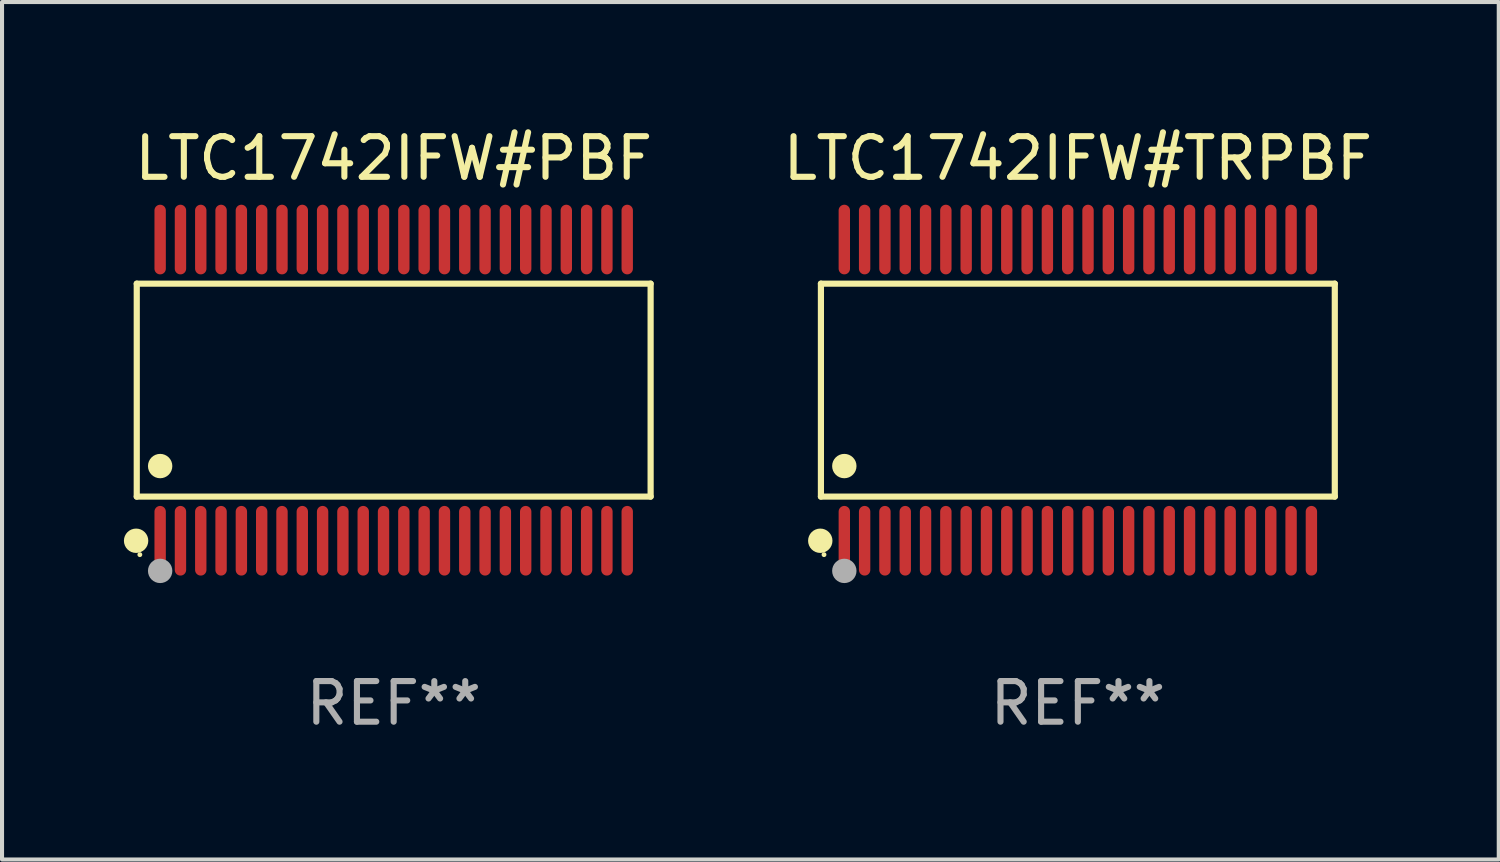
<source format=kicad_pcb>
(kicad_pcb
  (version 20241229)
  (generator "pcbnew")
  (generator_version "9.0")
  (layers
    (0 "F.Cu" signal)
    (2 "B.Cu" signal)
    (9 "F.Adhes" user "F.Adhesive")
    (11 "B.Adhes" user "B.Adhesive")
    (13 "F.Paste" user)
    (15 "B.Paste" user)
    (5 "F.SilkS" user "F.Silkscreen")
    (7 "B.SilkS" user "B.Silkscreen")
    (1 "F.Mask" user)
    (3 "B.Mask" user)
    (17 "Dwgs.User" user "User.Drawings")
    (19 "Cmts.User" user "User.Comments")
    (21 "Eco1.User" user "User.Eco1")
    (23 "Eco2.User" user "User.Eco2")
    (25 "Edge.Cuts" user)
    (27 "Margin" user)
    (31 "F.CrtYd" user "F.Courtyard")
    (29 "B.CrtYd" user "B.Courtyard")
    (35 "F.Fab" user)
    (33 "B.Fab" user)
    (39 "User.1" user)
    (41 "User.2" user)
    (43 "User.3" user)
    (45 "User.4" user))
  (footprint "LTC1742IFW#PBF"
    (layer "F.Cu")
    (at 6.643 6.556)
    (property "Reference" "LTC1742IFW#PBF" (at 0 -5.708 0) (layer "F.SilkS") (effects (font (size 1 1) (thickness 0.15))))
    (attr through_hole)
    (fp_line (start -6.326 -2.622) (end 6.326 -2.622) (stroke (width 0.152) (type solid)) (layer "F.SilkS"))
    (fp_line (start -6.326 2.621) (end -6.326 -2.622) (stroke (width 0.152) (type solid)) (layer "F.SilkS"))
    (fp_line (start 6.326 -2.622) (end 6.326 2.621) (stroke (width 0.152) (type solid)) (layer "F.SilkS"))
    (fp_line (start 6.326 2.621) (end -6.326 2.621) (stroke (width 0.152) (type solid)) (layer "F.SilkS"))
    (fp_circle (center -6.342 3.708) (end -6.192 3.708) (stroke (width 0.3) (type solid)) (fill no) (layer "F.SilkS"))
    (fp_circle (center -6.25 4.05) (end -6.22 4.05) (stroke (width 0.06) (type solid)) (fill no) (layer "F.SilkS"))
    (fp_circle (center -5.75 1.869) (end -5.6 1.869) (stroke (width 0.3) (type solid)) (fill no) (layer "F.SilkS"))
    (fp_circle (center -5.75 4.45) (end -5.6 4.45) (stroke (width 0.3) (type solid)) (fill no) (layer "F.Fab"))
    (fp_text user "REF**" (at 0 7.708 0) (layer "F.Fab") (effects (font (size 1 1) (thickness 0.15))))
    (pad "1" smd oval (at -5.75 3.708) (size 0.28 1.715) (layers "F.Cu" "F.Mask" "F.Paste"))
    (pad "2" smd oval (at -5.25 3.708) (size 0.28 1.715) (layers "F.Cu" "F.Mask" "F.Paste"))
    (pad "3" smd oval (at -4.75 3.708) (size 0.28 1.715) (layers "F.Cu" "F.Mask" "F.Paste"))
    (pad "4" smd oval (at -4.25 3.708) (size 0.28 1.715) (layers "F.Cu" "F.Mask" "F.Paste"))
    (pad "5" smd oval (at -3.75 3.708) (size 0.28 1.715) (layers "F.Cu" "F.Mask" "F.Paste"))
    (pad "6" smd oval (at -3.25 3.708) (size 0.28 1.715) (layers "F.Cu" "F.Mask" "F.Paste"))
    (pad "7" smd oval (at -2.75 3.708) (size 0.28 1.715) (layers "F.Cu" "F.Mask" "F.Paste"))
    (pad "8" smd oval (at -2.25 3.708) (size 0.28 1.715) (layers "F.Cu" "F.Mask" "F.Paste"))
    (pad "9" smd oval (at -1.75 3.708) (size 0.28 1.715) (layers "F.Cu" "F.Mask" "F.Paste"))
    (pad "10" smd oval (at -1.25 3.708) (size 0.28 1.715) (layers "F.Cu" "F.Mask" "F.Paste"))
    (pad "11" smd oval (at -0.75 3.708) (size 0.28 1.715) (layers "F.Cu" "F.Mask" "F.Paste"))
    (pad "12" smd oval (at -0.25 3.708) (size 0.28 1.715) (layers "F.Cu" "F.Mask" "F.Paste"))
    (pad "13" smd oval (at 0.25 3.708) (size 0.28 1.715) (layers "F.Cu" "F.Mask" "F.Paste"))
    (pad "14" smd oval (at 0.75 3.708) (size 0.28 1.715) (layers "F.Cu" "F.Mask" "F.Paste"))
    (pad "15" smd oval (at 1.25 3.708) (size 0.28 1.715) (layers "F.Cu" "F.Mask" "F.Paste"))
    (pad "16" smd oval (at 1.75 3.708) (size 0.28 1.715) (layers "F.Cu" "F.Mask" "F.Paste"))
    (pad "17" smd oval (at 2.25 3.708) (size 0.28 1.715) (layers "F.Cu" "F.Mask" "F.Paste"))
    (pad "18" smd oval (at 2.75 3.708) (size 0.28 1.715) (layers "F.Cu" "F.Mask" "F.Paste"))
    (pad "19" smd oval (at 3.25 3.708) (size 0.28 1.715) (layers "F.Cu" "F.Mask" "F.Paste"))
    (pad "20" smd oval (at 3.75 3.708) (size 0.28 1.715) (layers "F.Cu" "F.Mask" "F.Paste"))
    (pad "21" smd oval (at 4.25 3.708) (size 0.28 1.715) (layers "F.Cu" "F.Mask" "F.Paste"))
    (pad "22" smd oval (at 4.75 3.708) (size 0.28 1.715) (layers "F.Cu" "F.Mask" "F.Paste"))
    (pad "23" smd oval (at 5.25 3.708) (size 0.28 1.715) (layers "F.Cu" "F.Mask" "F.Paste"))
    (pad "24" smd oval (at 5.75 3.708) (size 0.28 1.715) (layers "F.Cu" "F.Mask" "F.Paste"))
    (pad "25" smd oval (at 5.75 -3.708) (size 0.28 1.715) (layers "F.Cu" "F.Mask" "F.Paste"))
    (pad "26" smd oval (at 5.25 -3.708) (size 0.28 1.715) (layers "F.Cu" "F.Mask" "F.Paste"))
    (pad "27" smd oval (at 4.75 -3.708) (size 0.28 1.715) (layers "F.Cu" "F.Mask" "F.Paste"))
    (pad "28" smd oval (at 4.25 -3.708) (size 0.28 1.715) (layers "F.Cu" "F.Mask" "F.Paste"))
    (pad "29" smd oval (at 3.75 -3.708) (size 0.28 1.715) (layers "F.Cu" "F.Mask" "F.Paste"))
    (pad "30" smd oval (at 3.25 -3.708) (size 0.28 1.715) (layers "F.Cu" "F.Mask" "F.Paste"))
    (pad "31" smd oval (at 2.75 -3.708) (size 0.28 1.715) (layers "F.Cu" "F.Mask" "F.Paste"))
    (pad "32" smd oval (at 2.25 -3.708) (size 0.28 1.715) (layers "F.Cu" "F.Mask" "F.Paste"))
    (pad "33" smd oval (at 1.75 -3.708) (size 0.28 1.715) (layers "F.Cu" "F.Mask" "F.Paste"))
    (pad "34" smd oval (at 1.25 -3.708) (size 0.28 1.715) (layers "F.Cu" "F.Mask" "F.Paste"))
    (pad "35" smd oval (at 0.75 -3.708) (size 0.28 1.715) (layers "F.Cu" "F.Mask" "F.Paste"))
    (pad "36" smd oval (at 0.25 -3.708) (size 0.28 1.715) (layers "F.Cu" "F.Mask" "F.Paste"))
    (pad "37" smd oval (at -0.25 -3.708) (size 0.28 1.715) (layers "F.Cu" "F.Mask" "F.Paste"))
    (pad "38" smd oval (at -0.75 -3.708) (size 0.28 1.715) (layers "F.Cu" "F.Mask" "F.Paste"))
    (pad "39" smd oval (at -1.25 -3.708) (size 0.28 1.715) (layers "F.Cu" "F.Mask" "F.Paste"))
    (pad "40" smd oval (at -1.75 -3.708) (size 0.28 1.715) (layers "F.Cu" "F.Mask" "F.Paste"))
    (pad "41" smd oval (at -2.25 -3.708) (size 0.28 1.715) (layers "F.Cu" "F.Mask" "F.Paste"))
    (pad "42" smd oval (at -2.75 -3.708) (size 0.28 1.715) (layers "F.Cu" "F.Mask" "F.Paste"))
    (pad "43" smd oval (at -3.25 -3.708) (size 0.28 1.715) (layers "F.Cu" "F.Mask" "F.Paste"))
    (pad "44" smd oval (at -3.75 -3.708) (size 0.28 1.715) (layers "F.Cu" "F.Mask" "F.Paste"))
    (pad "45" smd oval (at -4.25 -3.708) (size 0.28 1.715) (layers "F.Cu" "F.Mask" "F.Paste"))
    (pad "46" smd oval (at -4.75 -3.708) (size 0.28 1.715) (layers "F.Cu" "F.Mask" "F.Paste"))
    (pad "47" smd oval (at -5.25 -3.708) (size 0.28 1.715) (layers "F.Cu" "F.Mask" "F.Paste"))
    (pad "48" smd oval (at -5.75 -3.708) (size 0.28 1.715) (layers "F.Cu" "F.Mask" "F.Paste")))
  (footprint "LTC1742IFW#TRPBF"
    (layer "F.Cu")
    (at 23.488 6.556)
    (property "Reference" "LTC1742IFW#TRPBF" (at 0 -5.708 0) (layer "F.SilkS") (effects (font (size 1 1) (thickness 0.15))))
    (attr through_hole)
    (fp_line (start -6.326 -2.622) (end 6.326 -2.622) (stroke (width 0.152) (type solid)) (layer "F.SilkS"))
    (fp_line (start -6.326 2.621) (end -6.326 -2.622) (stroke (width 0.152) (type solid)) (layer "F.SilkS"))
    (fp_line (start 6.326 -2.622) (end 6.326 2.621) (stroke (width 0.152) (type solid)) (layer "F.SilkS"))
    (fp_line (start 6.326 2.621) (end -6.326 2.621) (stroke (width 0.152) (type solid)) (layer "F.SilkS"))
    (fp_circle (center -6.342 3.708) (end -6.192 3.708) (stroke (width 0.3) (type solid)) (fill no) (layer "F.SilkS"))
    (fp_circle (center -6.25 4.05) (end -6.22 4.05) (stroke (width 0.06) (type solid)) (fill no) (layer "F.SilkS"))
    (fp_circle (center -5.75 1.869) (end -5.6 1.869) (stroke (width 0.3) (type solid)) (fill no) (layer "F.SilkS"))
    (fp_circle (center -5.75 4.45) (end -5.6 4.45) (stroke (width 0.3) (type solid)) (fill no) (layer "F.Fab"))
    (fp_text user "REF**" (at 0 7.708 0) (layer "F.Fab") (effects (font (size 1 1) (thickness 0.15))))
    (pad "1" smd oval (at -5.75 3.708) (size 0.28 1.715) (layers "F.Cu" "F.Mask" "F.Paste"))
    (pad "2" smd oval (at -5.25 3.708) (size 0.28 1.715) (layers "F.Cu" "F.Mask" "F.Paste"))
    (pad "3" smd oval (at -4.75 3.708) (size 0.28 1.715) (layers "F.Cu" "F.Mask" "F.Paste"))
    (pad "4" smd oval (at -4.25 3.708) (size 0.28 1.715) (layers "F.Cu" "F.Mask" "F.Paste"))
    (pad "5" smd oval (at -3.75 3.708) (size 0.28 1.715) (layers "F.Cu" "F.Mask" "F.Paste"))
    (pad "6" smd oval (at -3.25 3.708) (size 0.28 1.715) (layers "F.Cu" "F.Mask" "F.Paste"))
    (pad "7" smd oval (at -2.75 3.708) (size 0.28 1.715) (layers "F.Cu" "F.Mask" "F.Paste"))
    (pad "8" smd oval (at -2.25 3.708) (size 0.28 1.715) (layers "F.Cu" "F.Mask" "F.Paste"))
    (pad "9" smd oval (at -1.75 3.708) (size 0.28 1.715) (layers "F.Cu" "F.Mask" "F.Paste"))
    (pad "10" smd oval (at -1.25 3.708) (size 0.28 1.715) (layers "F.Cu" "F.Mask" "F.Paste"))
    (pad "11" smd oval (at -0.75 3.708) (size 0.28 1.715) (layers "F.Cu" "F.Mask" "F.Paste"))
    (pad "12" smd oval (at -0.25 3.708) (size 0.28 1.715) (layers "F.Cu" "F.Mask" "F.Paste"))
    (pad "13" smd oval (at 0.25 3.708) (size 0.28 1.715) (layers "F.Cu" "F.Mask" "F.Paste"))
    (pad "14" smd oval (at 0.75 3.708) (size 0.28 1.715) (layers "F.Cu" "F.Mask" "F.Paste"))
    (pad "15" smd oval (at 1.25 3.708) (size 0.28 1.715) (layers "F.Cu" "F.Mask" "F.Paste"))
    (pad "16" smd oval (at 1.75 3.708) (size 0.28 1.715) (layers "F.Cu" "F.Mask" "F.Paste"))
    (pad "17" smd oval (at 2.25 3.708) (size 0.28 1.715) (layers "F.Cu" "F.Mask" "F.Paste"))
    (pad "18" smd oval (at 2.75 3.708) (size 0.28 1.715) (layers "F.Cu" "F.Mask" "F.Paste"))
    (pad "19" smd oval (at 3.25 3.708) (size 0.28 1.715) (layers "F.Cu" "F.Mask" "F.Paste"))
    (pad "20" smd oval (at 3.75 3.708) (size 0.28 1.715) (layers "F.Cu" "F.Mask" "F.Paste"))
    (pad "21" smd oval (at 4.25 3.708) (size 0.28 1.715) (layers "F.Cu" "F.Mask" "F.Paste"))
    (pad "22" smd oval (at 4.75 3.708) (size 0.28 1.715) (layers "F.Cu" "F.Mask" "F.Paste"))
    (pad "23" smd oval (at 5.25 3.708) (size 0.28 1.715) (layers "F.Cu" "F.Mask" "F.Paste"))
    (pad "24" smd oval (at 5.75 3.708) (size 0.28 1.715) (layers "F.Cu" "F.Mask" "F.Paste"))
    (pad "25" smd oval (at 5.75 -3.708) (size 0.28 1.715) (layers "F.Cu" "F.Mask" "F.Paste"))
    (pad "26" smd oval (at 5.25 -3.708) (size 0.28 1.715) (layers "F.Cu" "F.Mask" "F.Paste"))
    (pad "27" smd oval (at 4.75 -3.708) (size 0.28 1.715) (layers "F.Cu" "F.Mask" "F.Paste"))
    (pad "28" smd oval (at 4.25 -3.708) (size 0.28 1.715) (layers "F.Cu" "F.Mask" "F.Paste"))
    (pad "29" smd oval (at 3.75 -3.708) (size 0.28 1.715) (layers "F.Cu" "F.Mask" "F.Paste"))
    (pad "30" smd oval (at 3.25 -3.708) (size 0.28 1.715) (layers "F.Cu" "F.Mask" "F.Paste"))
    (pad "31" smd oval (at 2.75 -3.708) (size 0.28 1.715) (layers "F.Cu" "F.Mask" "F.Paste"))
    (pad "32" smd oval (at 2.25 -3.708) (size 0.28 1.715) (layers "F.Cu" "F.Mask" "F.Paste"))
    (pad "33" smd oval (at 1.75 -3.708) (size 0.28 1.715) (layers "F.Cu" "F.Mask" "F.Paste"))
    (pad "34" smd oval (at 1.25 -3.708) (size 0.28 1.715) (layers "F.Cu" "F.Mask" "F.Paste"))
    (pad "35" smd oval (at 0.75 -3.708) (size 0.28 1.715) (layers "F.Cu" "F.Mask" "F.Paste"))
    (pad "36" smd oval (at 0.25 -3.708) (size 0.28 1.715) (layers "F.Cu" "F.Mask" "F.Paste"))
    (pad "37" smd oval (at -0.25 -3.708) (size 0.28 1.715) (layers "F.Cu" "F.Mask" "F.Paste"))
    (pad "38" smd oval (at -0.75 -3.708) (size 0.28 1.715) (layers "F.Cu" "F.Mask" "F.Paste"))
    (pad "39" smd oval (at -1.25 -3.708) (size 0.28 1.715) (layers "F.Cu" "F.Mask" "F.Paste"))
    (pad "40" smd oval (at -1.75 -3.708) (size 0.28 1.715) (layers "F.Cu" "F.Mask" "F.Paste"))
    (pad "41" smd oval (at -2.25 -3.708) (size 0.28 1.715) (layers "F.Cu" "F.Mask" "F.Paste"))
    (pad "42" smd oval (at -2.75 -3.708) (size 0.28 1.715) (layers "F.Cu" "F.Mask" "F.Paste"))
    (pad "43" smd oval (at -3.25 -3.708) (size 0.28 1.715) (layers "F.Cu" "F.Mask" "F.Paste"))
    (pad "44" smd oval (at -3.75 -3.708) (size 0.28 1.715) (layers "F.Cu" "F.Mask" "F.Paste"))
    (pad "45" smd oval (at -4.25 -3.708) (size 0.28 1.715) (layers "F.Cu" "F.Mask" "F.Paste"))
    (pad "46" smd oval (at -4.75 -3.708) (size 0.28 1.715) (layers "F.Cu" "F.Mask" "F.Paste"))
    (pad "47" smd oval (at -5.25 -3.708) (size 0.28 1.715) (layers "F.Cu" "F.Mask" "F.Paste"))
    (pad "48" smd oval (at -5.75 -3.708) (size 0.28 1.715) (layers "F.Cu" "F.Mask" "F.Paste")))
  (gr_rect
    (start -3 -3)
    (end 33.851 18.112)
    (stroke (width 0.1) (type default))
    (fill no)
    (layer "Edge.Cuts")))
</source>
